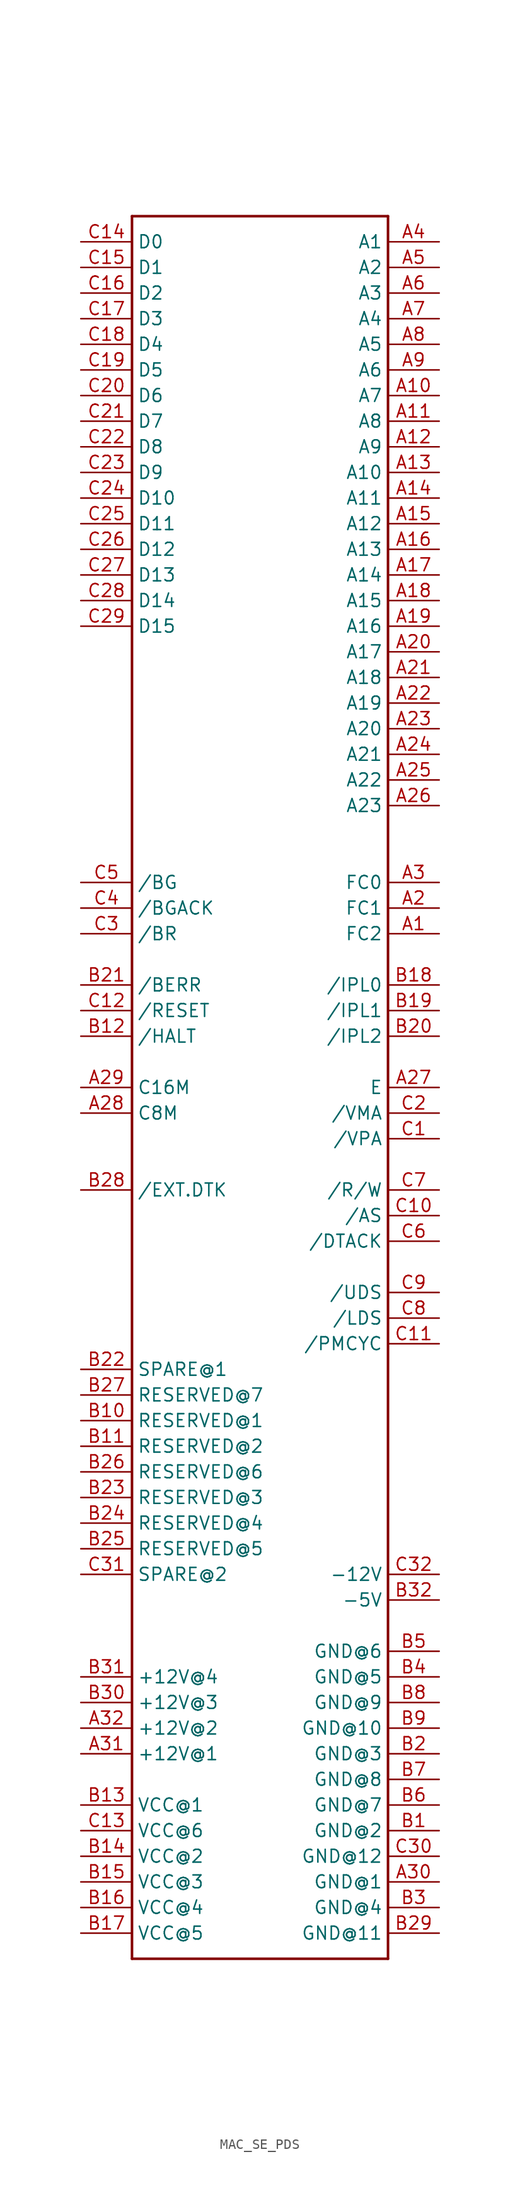
<source format=kicad_sym>
(kicad_symbol_lib
  (version 20231120)
  (generator "kicad_symbol_editor")
  (generator_version "8.0")
  (symbol "MAC_SE_PDS"
    (property "Reference" ""
      (at 0 0 0)
      (effects (font (size 1.27 1.27)) (hide yes)))
    (property "ki_locked" ""
      (at 0 0 0)
      (effects (font (size 1.27 1.27))))
    (symbol "MAC_SE_PDS_1_0"
      (polyline (pts (xy -12.7 -86.36) (xy -12.7 86.36)) (stroke (width 0.254) (type default)) (fill (type none)))
      (polyline (pts (xy -12.7 86.36) (xy 12.7 86.36)) (stroke (width 0.254) (type default)) (fill (type none)))
      (polyline (pts (xy 12.7 -86.36) (xy -12.7 -86.36)) (stroke (width 0.254) (type default)) (fill (type none)))
      (polyline (pts (xy 12.7 86.36) (xy 12.7 -86.36)) (stroke (width 0.254) (type default)) (fill (type none)))
      (pin bidirectional line (at 17.78 15.24 180) (length 5.08) (name "FC2" (effects (font (size 1.27 1.27)))) (number "A1" (effects (font (size 1.27 1.27)))))
      (pin bidirectional line (at 17.78 68.58 180) (length 5.08) (name "A7" (effects (font (size 1.27 1.27)))) (number "A10" (effects (font (size 1.27 1.27)))))
      (pin bidirectional line (at 17.78 66.04 180) (length 5.08) (name "A8" (effects (font (size 1.27 1.27)))) (number "A11" (effects (font (size 1.27 1.27)))))
      (pin bidirectional line (at 17.78 63.5 180) (length 5.08) (name "A9" (effects (font (size 1.27 1.27)))) (number "A12" (effects (font (size 1.27 1.27)))))
      (pin bidirectional line (at 17.78 60.96 180) (length 5.08) (name "A10" (effects (font (size 1.27 1.27)))) (number "A13" (effects (font (size 1.27 1.27)))))
      (pin bidirectional line (at 17.78 58.42 180) (length 5.08) (name "A11" (effects (font (size 1.27 1.27)))) (number "A14" (effects (font (size 1.27 1.27)))))
      (pin bidirectional line (at 17.78 55.88 180) (length 5.08) (name "A12" (effects (font (size 1.27 1.27)))) (number "A15" (effects (font (size 1.27 1.27)))))
      (pin bidirectional line (at 17.78 53.34 180) (length 5.08) (name "A13" (effects (font (size 1.27 1.27)))) (number "A16" (effects (font (size 1.27 1.27)))))
      (pin bidirectional line (at 17.78 50.8 180) (length 5.08) (name "A14" (effects (font (size 1.27 1.27)))) (number "A17" (effects (font (size 1.27 1.27)))))
      (pin bidirectional line (at 17.78 48.26 180) (length 5.08) (name "A15" (effects (font (size 1.27 1.27)))) (number "A18" (effects (font (size 1.27 1.27)))))
      (pin bidirectional line (at 17.78 45.72 180) (length 5.08) (name "A16" (effects (font (size 1.27 1.27)))) (number "A19" (effects (font (size 1.27 1.27)))))
      (pin bidirectional line (at 17.78 17.78 180) (length 5.08) (name "FC1" (effects (font (size 1.27 1.27)))) (number "A2" (effects (font (size 1.27 1.27)))))
      (pin bidirectional line (at 17.78 43.18 180) (length 5.08) (name "A17" (effects (font (size 1.27 1.27)))) (number "A20" (effects (font (size 1.27 1.27)))))
      (pin bidirectional line (at 17.78 40.64 180) (length 5.08) (name "A18" (effects (font (size 1.27 1.27)))) (number "A21" (effects (font (size 1.27 1.27)))))
      (pin bidirectional line (at 17.78 38.1 180) (length 5.08) (name "A19" (effects (font (size 1.27 1.27)))) (number "A22" (effects (font (size 1.27 1.27)))))
      (pin bidirectional line (at 17.78 35.56 180) (length 5.08) (name "A20" (effects (font (size 1.27 1.27)))) (number "A23" (effects (font (size 1.27 1.27)))))
      (pin bidirectional line (at 17.78 33.02 180) (length 5.08) (name "A21" (effects (font (size 1.27 1.27)))) (number "A24" (effects (font (size 1.27 1.27)))))
      (pin bidirectional line (at 17.78 30.48 180) (length 5.08) (name "A22" (effects (font (size 1.27 1.27)))) (number "A25" (effects (font (size 1.27 1.27)))))
      (pin bidirectional line (at 17.78 27.94 180) (length 5.08) (name "A23" (effects (font (size 1.27 1.27)))) (number "A26" (effects (font (size 1.27 1.27)))))
      (pin bidirectional line (at 17.78 0 180) (length 5.08) (name "E" (effects (font (size 1.27 1.27)))) (number "A27" (effects (font (size 1.27 1.27)))))
      (pin bidirectional line (at -17.78 -2.54 0) (length 5.08) (name "C8M" (effects (font (size 1.27 1.27)))) (number "A28" (effects (font (size 1.27 1.27)))))
      (pin bidirectional line (at -17.78 0 0) (length 5.08) (name "C16M" (effects (font (size 1.27 1.27)))) (number "A29" (effects (font (size 1.27 1.27)))))
      (pin bidirectional line (at 17.78 20.32 180) (length 5.08) (name "FC0" (effects (font (size 1.27 1.27)))) (number "A3" (effects (font (size 1.27 1.27)))))
      (pin bidirectional line (at 17.78 -78.74 180) (length 5.08) (name "GND@1" (effects (font (size 1.27 1.27)))) (number "A30" (effects (font (size 1.27 1.27)))))
      (pin bidirectional line (at -17.78 -66.04 0) (length 5.08) (name "+12V@1" (effects (font (size 1.27 1.27)))) (number "A31" (effects (font (size 1.27 1.27)))))
      (pin bidirectional line (at -17.78 -63.5 0) (length 5.08) (name "+12V@2" (effects (font (size 1.27 1.27)))) (number "A32" (effects (font (size 1.27 1.27)))))
      (pin bidirectional line (at 17.78 83.82 180) (length 5.08) (name "A1" (effects (font (size 1.27 1.27)))) (number "A4" (effects (font (size 1.27 1.27)))))
      (pin bidirectional line (at 17.78 81.28 180) (length 5.08) (name "A2" (effects (font (size 1.27 1.27)))) (number "A5" (effects (font (size 1.27 1.27)))))
      (pin bidirectional line (at 17.78 78.74 180) (length 5.08) (name "A3" (effects (font (size 1.27 1.27)))) (number "A6" (effects (font (size 1.27 1.27)))))
      (pin bidirectional line (at 17.78 76.2 180) (length 5.08) (name "A4" (effects (font (size 1.27 1.27)))) (number "A7" (effects (font (size 1.27 1.27)))))
      (pin bidirectional line (at 17.78 73.66 180) (length 5.08) (name "A5" (effects (font (size 1.27 1.27)))) (number "A8" (effects (font (size 1.27 1.27)))))
      (pin bidirectional line (at 17.78 71.12 180) (length 5.08) (name "A6" (effects (font (size 1.27 1.27)))) (number "A9" (effects (font (size 1.27 1.27)))))
      (pin bidirectional line (at 17.78 -73.66 180) (length 5.08) (name "GND@2" (effects (font (size 1.27 1.27)))) (number "B1" (effects (font (size 1.27 1.27)))))
      (pin bidirectional line (at -17.78 -33.02 0) (length 5.08) (name "RESERVED@1" (effects (font (size 1.27 1.27)))) (number "B10" (effects (font (size 1.27 1.27)))))
      (pin bidirectional line (at -17.78 -35.56 0) (length 5.08) (name "RESERVED@2" (effects (font (size 1.27 1.27)))) (number "B11" (effects (font (size 1.27 1.27)))))
      (pin bidirectional line (at -17.78 5.08 0) (length 5.08) (name "/HALT" (effects (font (size 1.27 1.27)))) (number "B12" (effects (font (size 1.27 1.27)))))
      (pin bidirectional line (at -17.78 -71.12 0) (length 5.08) (name "VCC@1" (effects (font (size 1.27 1.27)))) (number "B13" (effects (font (size 1.27 1.27)))))
      (pin bidirectional line (at -17.78 -76.2 0) (length 5.08) (name "VCC@2" (effects (font (size 1.27 1.27)))) (number "B14" (effects (font (size 1.27 1.27)))))
      (pin bidirectional line (at -17.78 -78.74 0) (length 5.08) (name "VCC@3" (effects (font (size 1.27 1.27)))) (number "B15" (effects (font (size 1.27 1.27)))))
      (pin bidirectional line (at -17.78 -81.28 0) (length 5.08) (name "VCC@4" (effects (font (size 1.27 1.27)))) (number "B16" (effects (font (size 1.27 1.27)))))
      (pin bidirectional line (at -17.78 -83.82 0) (length 5.08) (name "VCC@5" (effects (font (size 1.27 1.27)))) (number "B17" (effects (font (size 1.27 1.27)))))
      (pin bidirectional line (at 17.78 10.16 180) (length 5.08) (name "/IPL0" (effects (font (size 1.27 1.27)))) (number "B18" (effects (font (size 1.27 1.27)))))
      (pin bidirectional line (at 17.78 7.62 180) (length 5.08) (name "/IPL1" (effects (font (size 1.27 1.27)))) (number "B19" (effects (font (size 1.27 1.27)))))
      (pin bidirectional line (at 17.78 -66.04 180) (length 5.08) (name "GND@3" (effects (font (size 1.27 1.27)))) (number "B2" (effects (font (size 1.27 1.27)))))
      (pin bidirectional line (at 17.78 5.08 180) (length 5.08) (name "/IPL2" (effects (font (size 1.27 1.27)))) (number "B20" (effects (font (size 1.27 1.27)))))
      (pin bidirectional line (at -17.78 10.16 0) (length 5.08) (name "/BERR" (effects (font (size 1.27 1.27)))) (number "B21" (effects (font (size 1.27 1.27)))))
      (pin bidirectional line (at -17.78 -27.94 0) (length 5.08) (name "SPARE@1" (effects (font (size 1.27 1.27)))) (number "B22" (effects (font (size 1.27 1.27)))))
      (pin bidirectional line (at -17.78 -40.64 0) (length 5.08) (name "RESERVED@3" (effects (font (size 1.27 1.27)))) (number "B23" (effects (font (size 1.27 1.27)))))
      (pin bidirectional line (at -17.78 -43.18 0) (length 5.08) (name "RESERVED@4" (effects (font (size 1.27 1.27)))) (number "B24" (effects (font (size 1.27 1.27)))))
      (pin bidirectional line (at -17.78 -45.72 0) (length 5.08) (name "RESERVED@5" (effects (font (size 1.27 1.27)))) (number "B25" (effects (font (size 1.27 1.27)))))
      (pin bidirectional line (at -17.78 -38.1 0) (length 5.08) (name "RESERVED@6" (effects (font (size 1.27 1.27)))) (number "B26" (effects (font (size 1.27 1.27)))))
      (pin bidirectional line (at -17.78 -30.48 0) (length 5.08) (name "RESERVED@7" (effects (font (size 1.27 1.27)))) (number "B27" (effects (font (size 1.27 1.27)))))
      (pin bidirectional line (at -17.78 -10.16 0) (length 5.08) (name "/EXT.DTK" (effects (font (size 1.27 1.27)))) (number "B28" (effects (font (size 1.27 1.27)))))
      (pin bidirectional line (at 17.78 -83.82 180) (length 5.08) (name "GND@11" (effects (font (size 1.27 1.27)))) (number "B29" (effects (font (size 1.27 1.27)))))
      (pin bidirectional line (at 17.78 -81.28 180) (length 5.08) (name "GND@4" (effects (font (size 1.27 1.27)))) (number "B3" (effects (font (size 1.27 1.27)))))
      (pin bidirectional line (at -17.78 -60.96 0) (length 5.08) (name "+12V@3" (effects (font (size 1.27 1.27)))) (number "B30" (effects (font (size 1.27 1.27)))))
      (pin bidirectional line (at -17.78 -58.42 0) (length 5.08) (name "+12V@4" (effects (font (size 1.27 1.27)))) (number "B31" (effects (font (size 1.27 1.27)))))
      (pin bidirectional line (at 17.78 -50.8 180) (length 5.08) (name "-5V" (effects (font (size 1.27 1.27)))) (number "B32" (effects (font (size 1.27 1.27)))))
      (pin bidirectional line (at 17.78 -58.42 180) (length 5.08) (name "GND@5" (effects (font (size 1.27 1.27)))) (number "B4" (effects (font (size 1.27 1.27)))))
      (pin bidirectional line (at 17.78 -55.88 180) (length 5.08) (name "GND@6" (effects (font (size 1.27 1.27)))) (number "B5" (effects (font (size 1.27 1.27)))))
      (pin bidirectional line (at 17.78 -71.12 180) (length 5.08) (name "GND@7" (effects (font (size 1.27 1.27)))) (number "B6" (effects (font (size 1.27 1.27)))))
      (pin bidirectional line (at 17.78 -68.58 180) (length 5.08) (name "GND@8" (effects (font (size 1.27 1.27)))) (number "B7" (effects (font (size 1.27 1.27)))))
      (pin bidirectional line (at 17.78 -60.96 180) (length 5.08) (name "GND@9" (effects (font (size 1.27 1.27)))) (number "B8" (effects (font (size 1.27 1.27)))))
      (pin bidirectional line (at 17.78 -63.5 180) (length 5.08) (name "GND@10" (effects (font (size 1.27 1.27)))) (number "B9" (effects (font (size 1.27 1.27)))))
      (pin bidirectional line (at 17.78 -5.08 180) (length 5.08) (name "/VPA" (effects (font (size 1.27 1.27)))) (number "C1" (effects (font (size 1.27 1.27)))))
      (pin bidirectional line (at 17.78 -12.7 180) (length 5.08) (name "/AS" (effects (font (size 1.27 1.27)))) (number "C10" (effects (font (size 1.27 1.27)))))
      (pin bidirectional line (at 17.78 -25.4 180) (length 5.08) (name "/PMCYC" (effects (font (size 1.27 1.27)))) (number "C11" (effects (font (size 1.27 1.27)))))
      (pin bidirectional line (at -17.78 7.62 0) (length 5.08) (name "/RESET" (effects (font (size 1.27 1.27)))) (number "C12" (effects (font (size 1.27 1.27)))))
      (pin bidirectional line (at -17.78 -73.66 0) (length 5.08) (name "VCC@6" (effects (font (size 1.27 1.27)))) (number "C13" (effects (font (size 1.27 1.27)))))
      (pin bidirectional line (at -17.78 83.82 0) (length 5.08) (name "D0" (effects (font (size 1.27 1.27)))) (number "C14" (effects (font (size 1.27 1.27)))))
      (pin bidirectional line (at -17.78 81.28 0) (length 5.08) (name "D1" (effects (font (size 1.27 1.27)))) (number "C15" (effects (font (size 1.27 1.27)))))
      (pin bidirectional line (at -17.78 78.74 0) (length 5.08) (name "D2" (effects (font (size 1.27 1.27)))) (number "C16" (effects (font (size 1.27 1.27)))))
      (pin bidirectional line (at -17.78 76.2 0) (length 5.08) (name "D3" (effects (font (size 1.27 1.27)))) (number "C17" (effects (font (size 1.27 1.27)))))
      (pin bidirectional line (at -17.78 73.66 0) (length 5.08) (name "D4" (effects (font (size 1.27 1.27)))) (number "C18" (effects (font (size 1.27 1.27)))))
      (pin bidirectional line (at -17.78 71.12 0) (length 5.08) (name "D5" (effects (font (size 1.27 1.27)))) (number "C19" (effects (font (size 1.27 1.27)))))
      (pin bidirectional line (at 17.78 -2.54 180) (length 5.08) (name "/VMA" (effects (font (size 1.27 1.27)))) (number "C2" (effects (font (size 1.27 1.27)))))
      (pin bidirectional line (at -17.78 68.58 0) (length 5.08) (name "D6" (effects (font (size 1.27 1.27)))) (number "C20" (effects (font (size 1.27 1.27)))))
      (pin bidirectional line (at -17.78 66.04 0) (length 5.08) (name "D7" (effects (font (size 1.27 1.27)))) (number "C21" (effects (font (size 1.27 1.27)))))
      (pin bidirectional line (at -17.78 63.5 0) (length 5.08) (name "D8" (effects (font (size 1.27 1.27)))) (number "C22" (effects (font (size 1.27 1.27)))))
      (pin bidirectional line (at -17.78 60.96 0) (length 5.08) (name "D9" (effects (font (size 1.27 1.27)))) (number "C23" (effects (font (size 1.27 1.27)))))
      (pin bidirectional line (at -17.78 58.42 0) (length 5.08) (name "D10" (effects (font (size 1.27 1.27)))) (number "C24" (effects (font (size 1.27 1.27)))))
      (pin bidirectional line (at -17.78 55.88 0) (length 5.08) (name "D11" (effects (font (size 1.27 1.27)))) (number "C25" (effects (font (size 1.27 1.27)))))
      (pin bidirectional line (at -17.78 53.34 0) (length 5.08) (name "D12" (effects (font (size 1.27 1.27)))) (number "C26" (effects (font (size 1.27 1.27)))))
      (pin bidirectional line (at -17.78 50.8 0) (length 5.08) (name "D13" (effects (font (size 1.27 1.27)))) (number "C27" (effects (font (size 1.27 1.27)))))
      (pin bidirectional line (at -17.78 48.26 0) (length 5.08) (name "D14" (effects (font (size 1.27 1.27)))) (number "C28" (effects (font (size 1.27 1.27)))))
      (pin bidirectional line (at -17.78 45.72 0) (length 5.08) (name "D15" (effects (font (size 1.27 1.27)))) (number "C29" (effects (font (size 1.27 1.27)))))
      (pin bidirectional line (at -17.78 15.24 0) (length 5.08) (name "/BR" (effects (font (size 1.27 1.27)))) (number "C3" (effects (font (size 1.27 1.27)))))
      (pin bidirectional line (at 17.78 -76.2 180) (length 5.08) (name "GND@12" (effects (font (size 1.27 1.27)))) (number "C30" (effects (font (size 1.27 1.27)))))
      (pin bidirectional line (at -17.78 -48.26 0) (length 5.08) (name "SPARE@2" (effects (font (size 1.27 1.27)))) (number "C31" (effects (font (size 1.27 1.27)))))
      (pin bidirectional line (at 17.78 -48.26 180) (length 5.08) (name "-12V" (effects (font (size 1.27 1.27)))) (number "C32" (effects (font (size 1.27 1.27)))))
      (pin bidirectional line (at -17.78 17.78 0) (length 5.08) (name "/BGACK" (effects (font (size 1.27 1.27)))) (number "C4" (effects (font (size 1.27 1.27)))))
      (pin bidirectional line (at -17.78 20.32 0) (length 5.08) (name "/BG" (effects (font (size 1.27 1.27)))) (number "C5" (effects (font (size 1.27 1.27)))))
      (pin bidirectional line (at 17.78 -15.24 180) (length 5.08) (name "/DTACK" (effects (font (size 1.27 1.27)))) (number "C6" (effects (font (size 1.27 1.27)))))
      (pin bidirectional line (at 17.78 -10.16 180) (length 5.08) (name "/R/W" (effects (font (size 1.27 1.27)))) (number "C7" (effects (font (size 1.27 1.27)))))
      (pin bidirectional line (at 17.78 -22.86 180) (length 5.08) (name "/LDS" (effects (font (size 1.27 1.27)))) (number "C8" (effects (font (size 1.27 1.27)))))
      (pin bidirectional line (at 17.78 -20.32 180) (length 5.08) (name "/UDS" (effects (font (size 1.27 1.27)))) (number "C9" (effects (font (size 1.27 1.27))))))))
</source>
